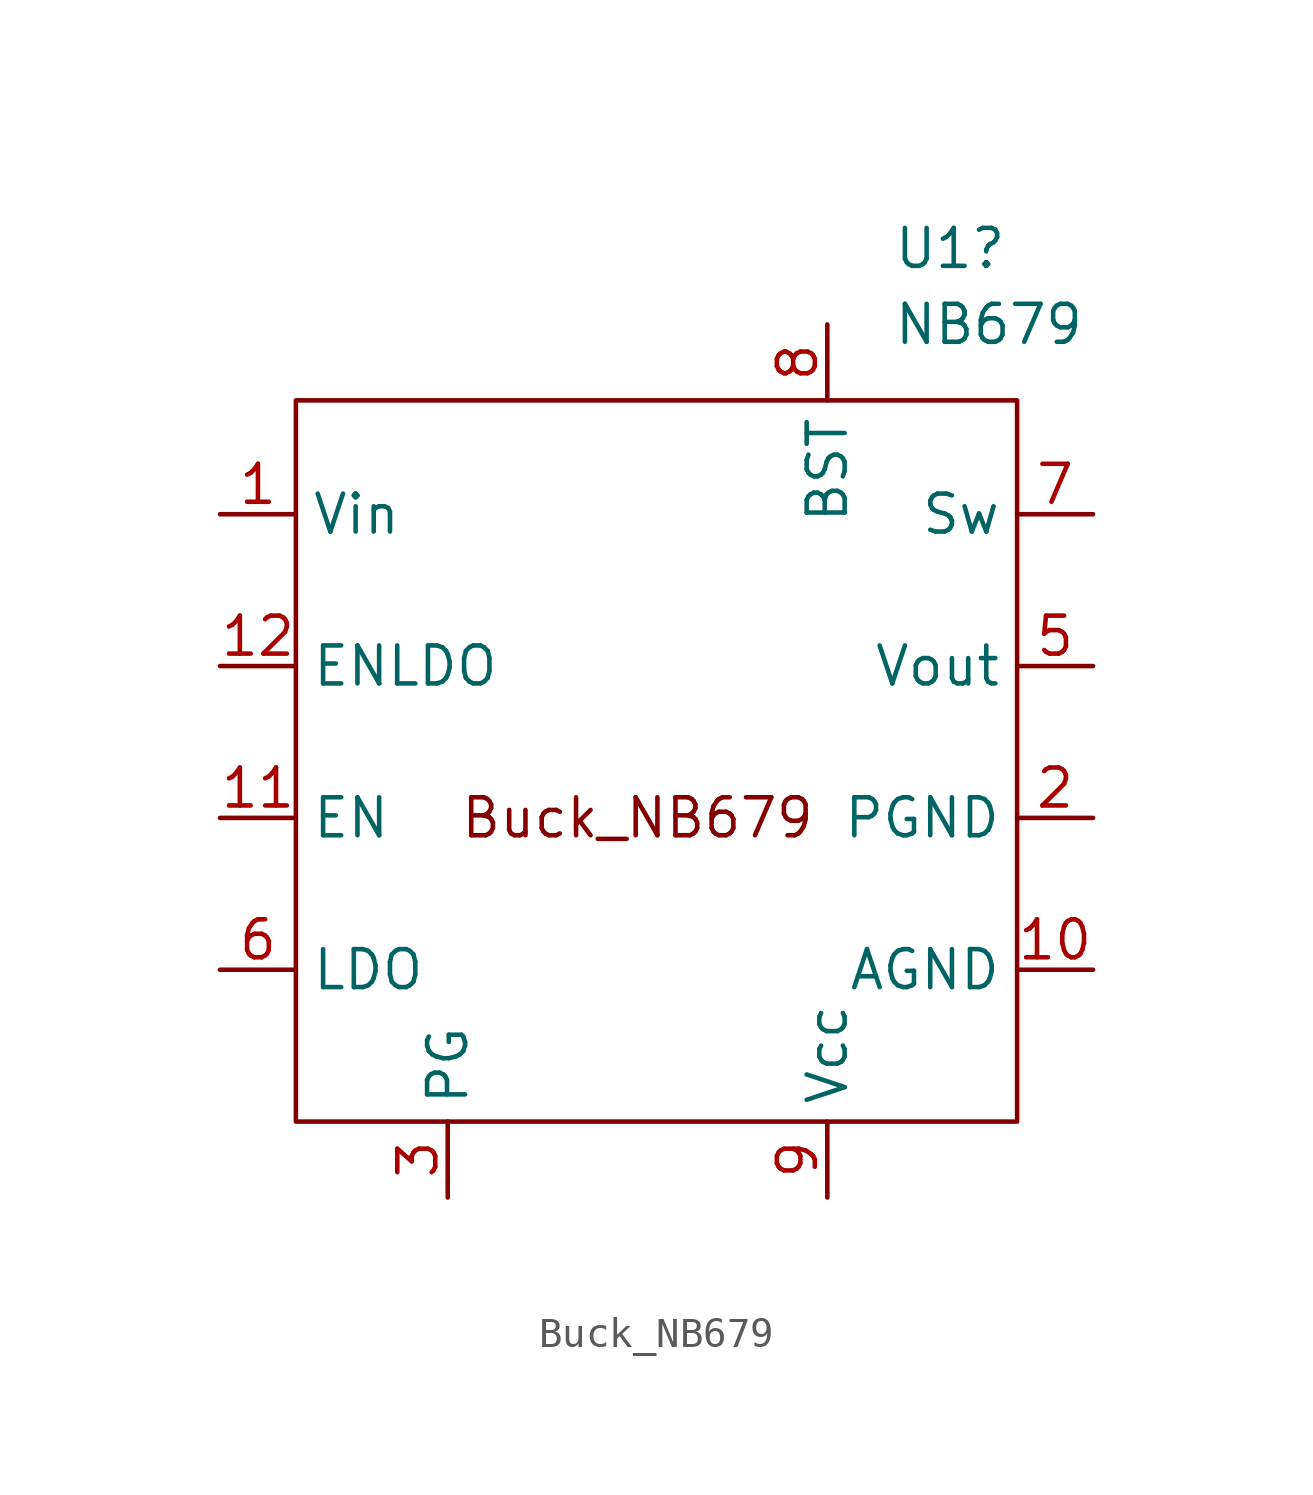
<source format=kicad_sym>
(kicad_symbol_lib
  (version 20220914)
  (generator kicad_symbol_editor)
  (symbol "Buck_NB679"
    (property "Reference" "U1"
      (at 7.274 16.51 0)
      (effects (font (size 1.27 1.27)) (justify left)))
    (property "Value" "NB679"
      (at 7.274 13.97 0)
      (effects (font (size 1.27 1.27)) (justify left)))
    (symbol "Buck_NB679_0_1"
      (rectangle (start -12.7 11.43) (end 11.43 -12.7) (stroke (width 0) (type default)) (fill (type none))))
    (symbol "Buck_NB679_1_1"
      (text "Buck_NB679" (at -1.27 -2.54 0) (effects (font (size 1.27 1.27))))
      (pin power_in line (at -15.24 7.62 0) (length 2.54) (name "Vin" (effects (font (size 1.27 1.27)))) (number "1" (effects (font (size 1.27 1.27)))))
      (pin passive line (at 13.97 -7.62 180) (length 2.54) (name "AGND" (effects (font (size 1.27 1.27)))) (number "10" (effects (font (size 1.27 1.27)))))
      (pin passive line (at -15.24 -2.54 0) (length 2.54) (name "EN" (effects (font (size 1.27 1.27)))) (number "11" (effects (font (size 1.27 1.27)))))
      (pin passive line (at -15.24 2.54 0) (length 2.54) (name "ENLDO" (effects (font (size 1.27 1.27)))) (number "12" (effects (font (size 1.27 1.27)))))
      (pin passive line (at 13.97 -2.54 180) (length 2.54) (name "PGND" (effects (font (size 1.27 1.27)))) (number "2" (effects (font (size 1.27 1.27)))))
      (pin power_in line (at -7.62 -15.24 90) (length 2.54) (name "PG" (effects (font (size 1.27 1.27)))) (number "3" (effects (font (size 1.27 1.27)))))
      (pin passive line (at 13.97 2.54 180) (length 2.54) (name "Vout" (effects (font (size 1.27 1.27)))) (number "5" (effects (font (size 1.27 1.27)))))
      (pin passive line (at -15.24 -7.62 0) (length 2.54) (name "LDO" (effects (font (size 1.27 1.27)))) (number "6" (effects (font (size 1.27 1.27)))))
      (pin power_in line (at 13.97 7.62 180) (length 2.54) (name "Sw" (effects (font (size 1.27 1.27)))) (number "7" (effects (font (size 1.27 1.27)))))
      (pin passive line (at 5.08 13.97 270) (length 2.54) (name "BST" (effects (font (size 1.27 1.27)))) (number "8" (effects (font (size 1.27 1.27)))))
      (pin power_in line (at 5.08 -15.24 90) (length 2.54) (name "Vcc" (effects (font (size 1.27 1.27)))) (number "9" (effects (font (size 1.27 1.27))))))))
</source>
